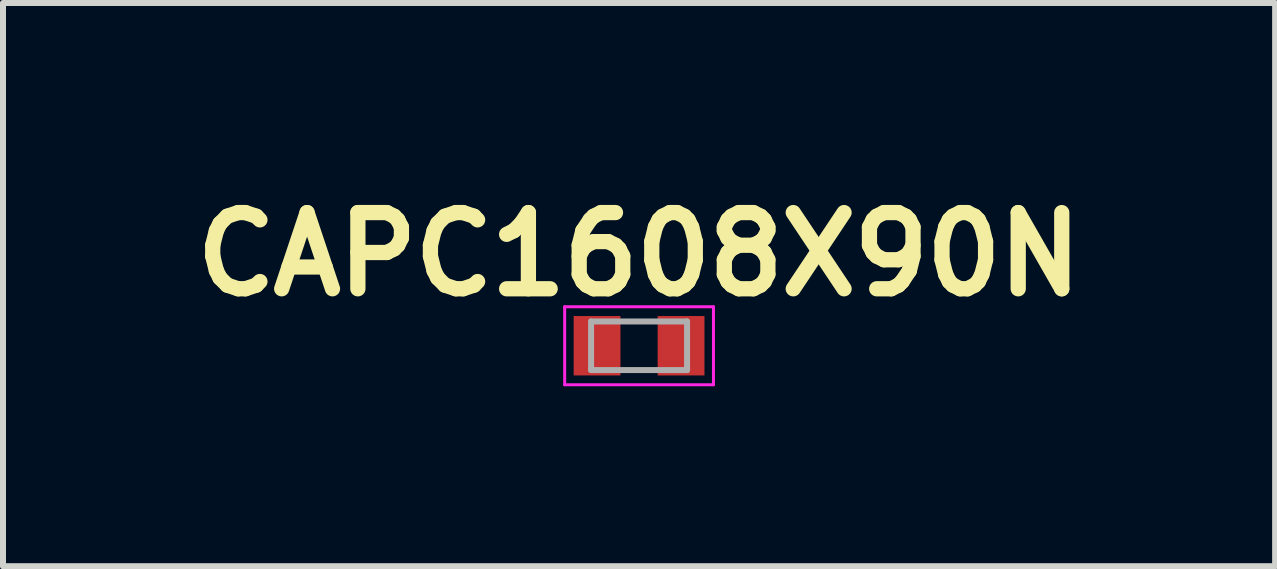
<source format=kicad_pcb>
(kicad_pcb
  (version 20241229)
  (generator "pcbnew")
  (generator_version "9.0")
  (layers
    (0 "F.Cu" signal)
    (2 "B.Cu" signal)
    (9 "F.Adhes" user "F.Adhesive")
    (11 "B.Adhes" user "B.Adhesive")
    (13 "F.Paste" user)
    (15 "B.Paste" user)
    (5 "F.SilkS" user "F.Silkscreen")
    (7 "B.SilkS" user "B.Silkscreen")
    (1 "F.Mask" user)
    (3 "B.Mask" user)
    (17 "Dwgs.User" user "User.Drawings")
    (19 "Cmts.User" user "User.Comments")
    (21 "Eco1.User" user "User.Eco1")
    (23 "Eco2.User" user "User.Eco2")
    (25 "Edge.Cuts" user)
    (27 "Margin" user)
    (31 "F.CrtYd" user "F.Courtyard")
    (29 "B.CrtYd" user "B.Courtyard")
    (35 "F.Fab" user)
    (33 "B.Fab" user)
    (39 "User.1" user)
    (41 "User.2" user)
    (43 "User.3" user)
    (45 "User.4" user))
  (footprint "CAPC1608X90N"
    (layer "F.Cu")
    (at 7.602 2.713)
    (property "Reference" "CAPC1608X90N" (at 0 -1.524 0) (layer "F.SilkS") (effects (font (size 1.27 1.27) (thickness 0.254))))
    (attr smd)
    (fp_line (start -1.24 -0.65) (end 1.24 -0.65) (stroke (width 0.05) (type solid)) (layer "F.CrtYd"))
    (fp_line (start -1.24 0.65) (end -1.24 -0.65) (stroke (width 0.05) (type solid)) (layer "F.CrtYd"))
    (fp_line (start 1.24 -0.65) (end 1.24 0.65) (stroke (width 0.05) (type solid)) (layer "F.CrtYd"))
    (fp_line (start 1.24 0.65) (end -1.24 0.65) (stroke (width 0.05) (type solid)) (layer "F.CrtYd"))
    (fp_line (start -0.8 -0.405) (end 0.8 -0.405) (stroke (width 0.1) (type solid)) (layer "F.Fab"))
    (fp_line (start -0.8 0.405) (end -0.8 -0.405) (stroke (width 0.1) (type solid)) (layer "F.Fab"))
    (fp_line (start 0.8 -0.405) (end 0.8 0.405) (stroke (width 0.1) (type solid)) (layer "F.Fab"))
    (fp_line (start 0.8 0.405) (end -0.8 0.405) (stroke (width 0.1) (type solid)) (layer "F.Fab"))
    (pad "1" smd rect (at -0.7 0) (size 0.78 0.99) (layers "F.Cu" "F.Mask" "F.Paste"))
    (pad "2" smd rect (at 0.7 0) (size 0.78 0.99) (layers "F.Cu" "F.Mask" "F.Paste")))
  (gr_rect
    (start -3 -3)
    (end 18.204 6.388)
    (stroke (width 0.1) (type default))
    (fill no)
    (layer "Edge.Cuts")))
</source>
